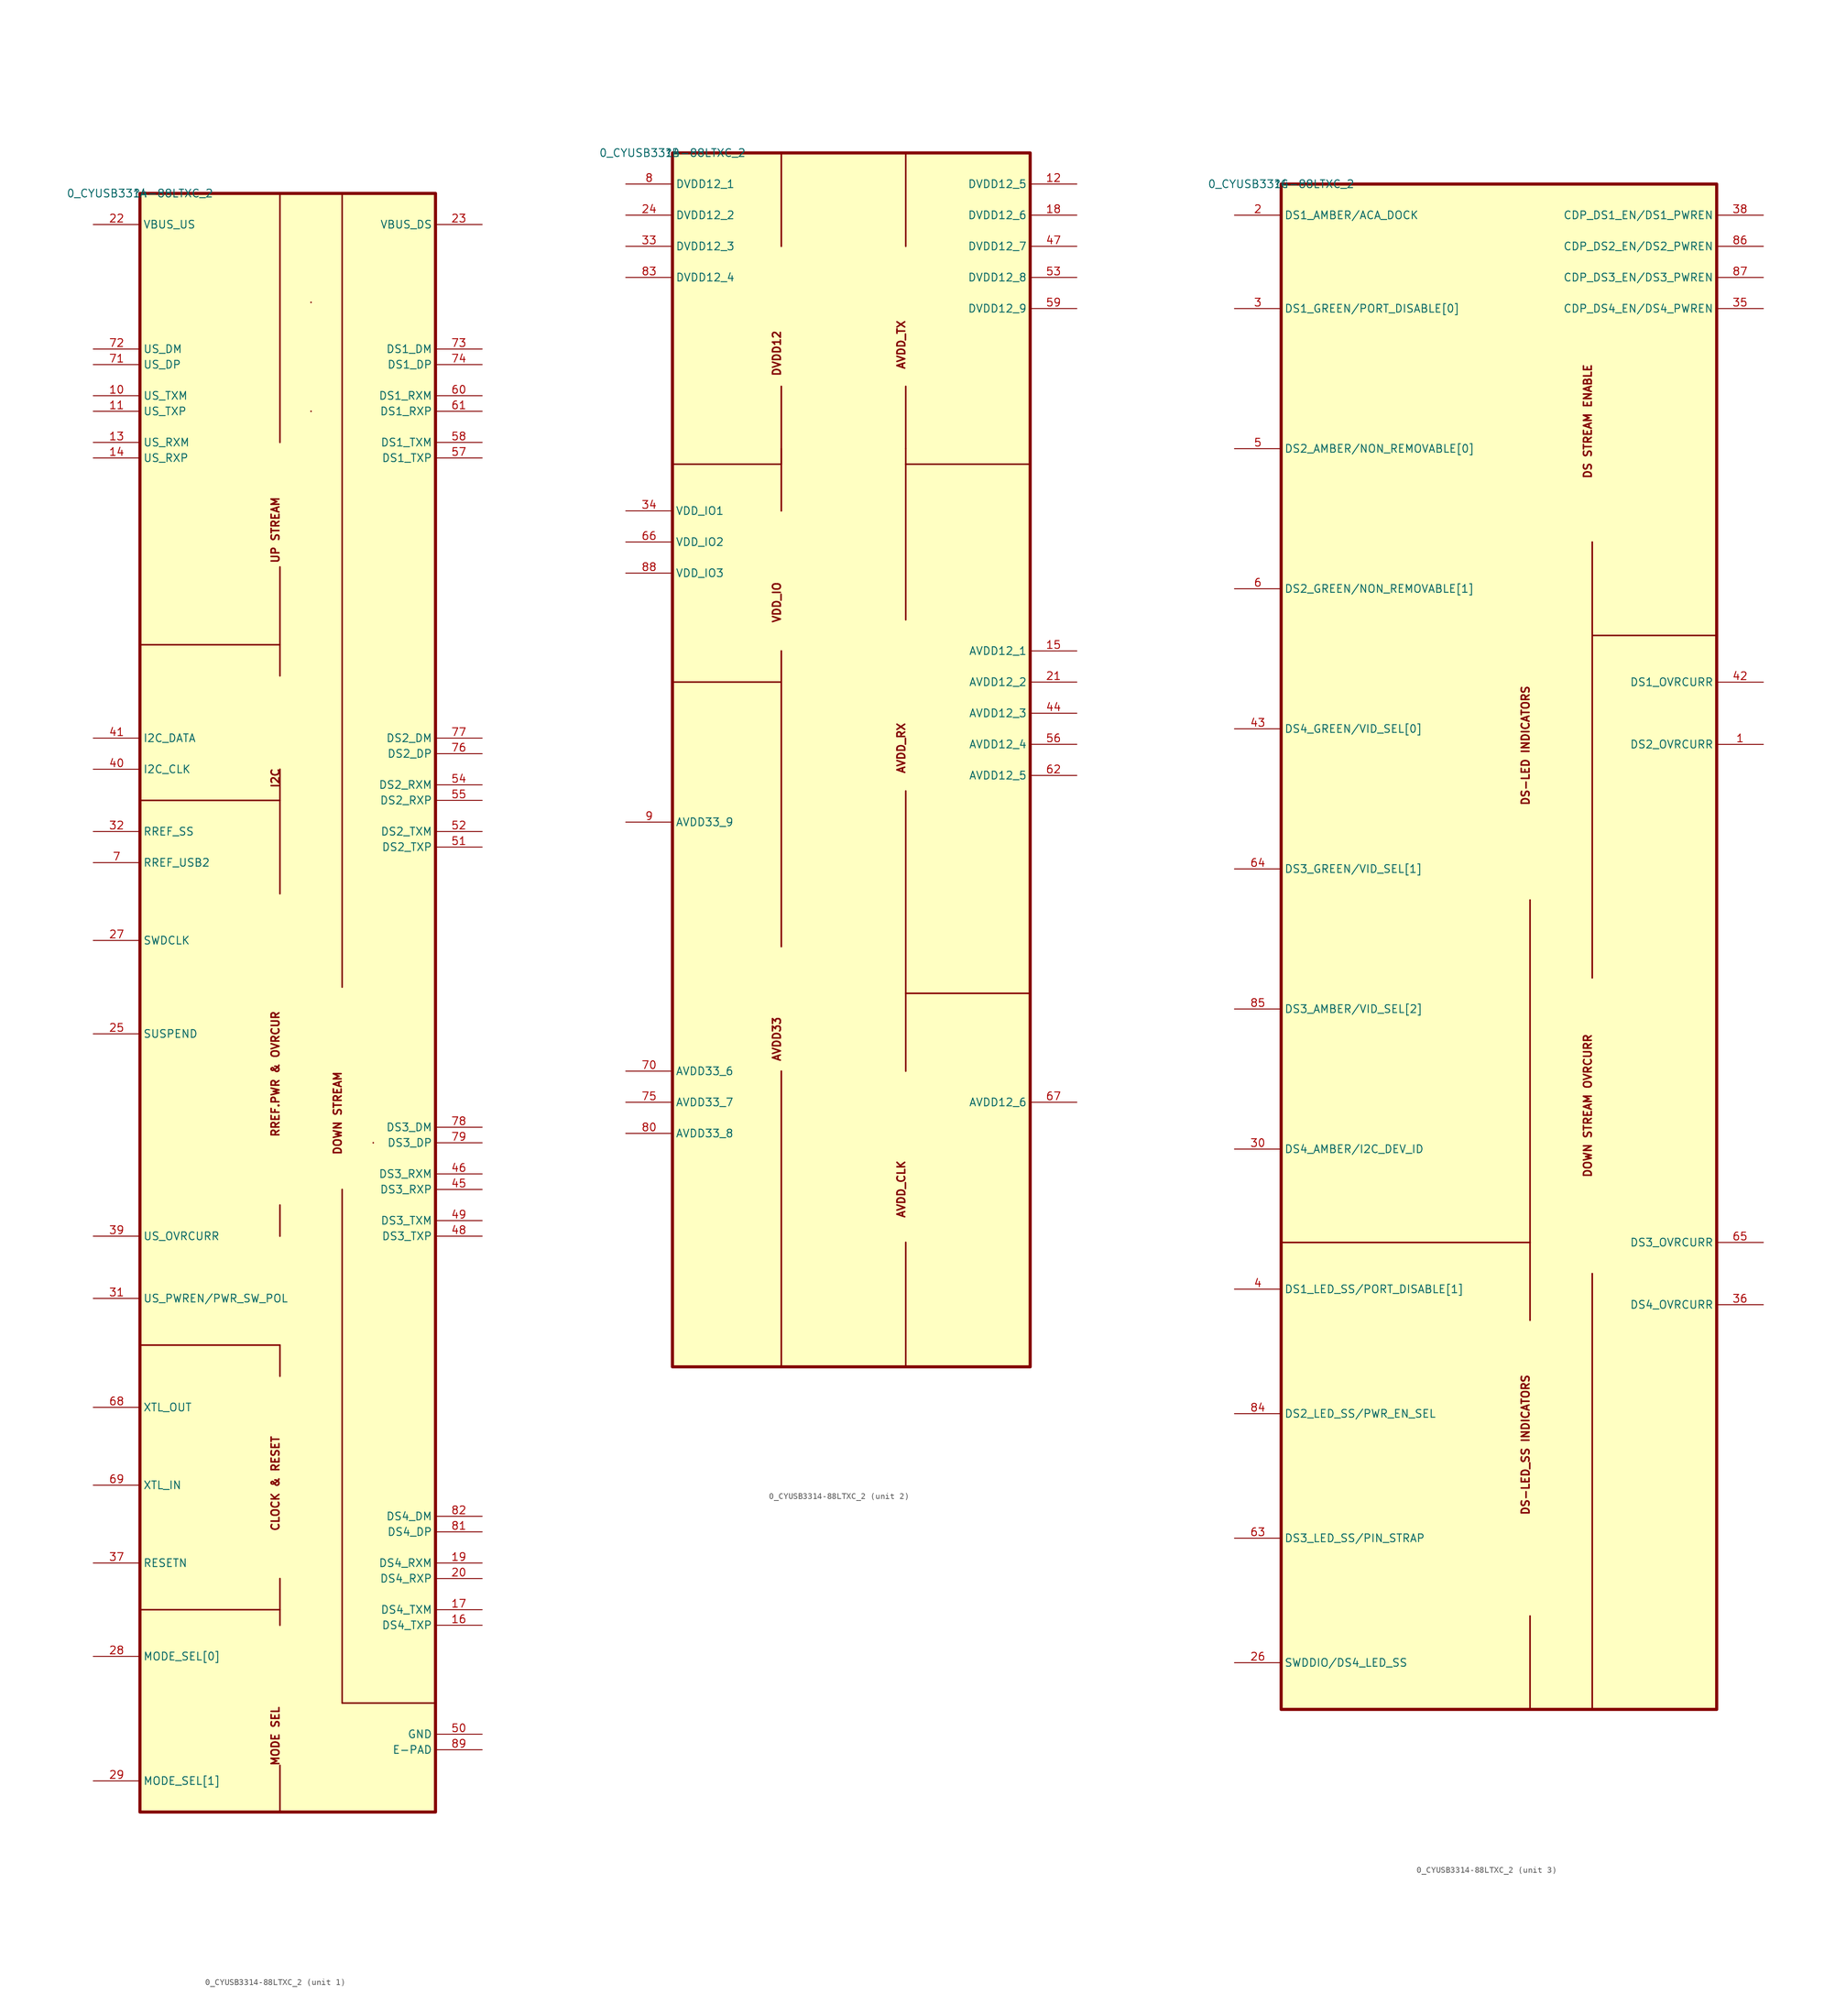
<source format=kicad_sym>
(kicad_symbol_lib
  (version 20211014)
  (generator kicad_symbol_editor)
  (symbol "0_CYUSB3314-88LTXC_2"
    (property "Reference" ""
      (at 0 0 0)
      (effects (font (size 1.27 1.27))))
    (property "Value" "0_CYUSB3314-88LTXC_2"
      (at 0 0 0)
      (effects (font (size 1.27 1.27))))
    (symbol "0_CYUSB3314-88LTXC_2_1_0"
      (polyline (pts (xy 0 -231.14) (xy 22.86 -231.14)) (stroke (width 0.254) (type default) (color 0 0 0 0)) (fill (type none)))
      (polyline (pts (xy 0 -187.96) (xy 22.86 -187.96)) (stroke (width 0.254) (type default) (color 0 0 0 0)) (fill (type none)))
      (polyline (pts (xy 0 -99.06) (xy 22.86 -99.06)) (stroke (width 0.254) (type default) (color 0 0 0 0)) (fill (type none)))
      (polyline (pts (xy 22.86 -256.54) (xy 22.86 -264.16)) (stroke (width 0.254) (type default) (color 0 0 0 0)) (fill (type none)))
      (polyline (pts (xy 22.86 -231.14) (xy 22.86 -233.68)) (stroke (width 0.254) (type default) (color 0 0 0 0)) (fill (type none)))
      (polyline (pts (xy 22.86 -226.06) (xy 22.86 -231.14)) (stroke (width 0.254) (type default) (color 0 0 0 0)) (fill (type none)))
      (polyline (pts (xy 22.86 -187.96) (xy 22.86 -193.04)) (stroke (width 0.254) (type default) (color 0 0 0 0)) (fill (type none)))
      (polyline (pts (xy 22.86 -165.1) (xy 22.86 -170.18)) (stroke (width 0.254) (type default) (color 0 0 0 0)) (fill (type none)))
      (polyline (pts (xy 22.86 -99.06) (xy 22.86 -114.3)) (stroke (width 0.254) (type default) (color 0 0 0 0)) (fill (type none)))
      (polyline (pts (xy 22.86 -99.06) (xy 22.86 -93.98)) (stroke (width 0.254) (type default) (color 0 0 0 0)) (fill (type none)))
      (polyline (pts (xy 22.86 -73.66) (xy 0 -73.66)) (stroke (width 0.254) (type default) (color 0 0 0 0)) (fill (type none)))
      (polyline (pts (xy 22.86 -60.96) (xy 22.86 -78.74)) (stroke (width 0.254) (type default) (color 0 0 0 0)) (fill (type none)))
      (polyline (pts (xy 22.86 0) (xy 22.86 -40.64)) (stroke (width 0.254) (type default) (color 0 0 0 0)) (fill (type none)))
      (polyline (pts (xy 27.94 -35.56) (xy 27.94 -35.56)) (stroke (width 0.254) (type default) (color 0 0 0 0)) (fill (type none)))
      (polyline (pts (xy 27.94 -17.78) (xy 27.94 -17.78)) (stroke (width 0.254) (type default) (color 0 0 0 0)) (fill (type none)))
      (polyline (pts (xy 33.02 -246.38) (xy 48.26 -246.38)) (stroke (width 0.254) (type default) (color 0 0 0 0)) (fill (type none)))
      (polyline (pts (xy 33.02 -162.56) (xy 33.02 -246.38)) (stroke (width 0.254) (type default) (color 0 0 0 0)) (fill (type none)))
      (polyline (pts (xy 33.02 0) (xy 33.02 -129.54)) (stroke (width 0.254) (type default) (color 0 0 0 0)) (fill (type none)))
      (polyline (pts (xy 38.1 -154.94) (xy 38.1 -154.94)) (stroke (width 0.254) (type default) (color 0 0 0 0)) (fill (type none)))
      (rectangle (start 48.26 0) (end 0 -264.16) (stroke (width 0.508) (type default) (color 0 0 0 0)) (fill (type background)))
      (text "CLOCK & RESET" (at 22.86 -218.421 900) (effects (font (size 1.27 1.27) bold) (justify left bottom)))
      (text "DOWN STREAM" (at 33.02 -157.011 900) (effects (font (size 1.27 1.27) bold) (justify left bottom)))
      (text "I2C" (at 22.86 -97.126 900) (effects (font (size 1.27 1.27) bold) (justify left bottom)))
      (text "MODE SEL" (at 22.86 -256.716 900) (effects (font (size 1.27 1.27) bold) (justify left bottom)))
      (text "RREF.PWR & OVRCUR" (at 22.86 -154.1 900) (effects (font (size 1.27 1.27) bold) (justify left bottom)))
      (text "UP STREAM" (at 22.86 -60.452 900) (effects (font (size 1.27 1.27) bold) (justify left bottom)))
      (pin passive line (at -7.62 -33.02 0) (length 7.62) (name "US_TXM" (effects (font (size 1.27 1.27)))) (number "10" (effects (font (size 1.27 1.27)))))
      (pin passive line (at -7.62 -35.56 0) (length 7.62) (name "US_TXP" (effects (font (size 1.27 1.27)))) (number "11" (effects (font (size 1.27 1.27)))))
      (pin passive line (at -7.62 -40.64 0) (length 7.62) (name "US_RXM" (effects (font (size 1.27 1.27)))) (number "13" (effects (font (size 1.27 1.27)))))
      (pin passive line (at -7.62 -43.18 0) (length 7.62) (name "US_RXP" (effects (font (size 1.27 1.27)))) (number "14" (effects (font (size 1.27 1.27)))))
      (pin passive line (at 55.88 -233.68 180) (length 7.62) (name "DS4_TXP" (effects (font (size 1.27 1.27)))) (number "16" (effects (font (size 1.27 1.27)))))
      (pin passive line (at 55.88 -231.14 180) (length 7.62) (name "DS4_TXM" (effects (font (size 1.27 1.27)))) (number "17" (effects (font (size 1.27 1.27)))))
      (pin passive line (at 55.88 -223.52 180) (length 7.62) (name "DS4_RXM" (effects (font (size 1.27 1.27)))) (number "19" (effects (font (size 1.27 1.27)))))
      (pin passive line (at 55.88 -226.06 180) (length 7.62) (name "DS4_RXP" (effects (font (size 1.27 1.27)))) (number "20" (effects (font (size 1.27 1.27)))))
      (pin passive line (at -7.62 -5.08 0) (length 7.62) (name "VBUS_US" (effects (font (size 1.27 1.27)))) (number "22" (effects (font (size 1.27 1.27)))))
      (pin passive line (at 55.88 -5.08 180) (length 7.62) (name "VBUS_DS" (effects (font (size 1.27 1.27)))) (number "23" (effects (font (size 1.27 1.27)))))
      (pin passive line (at -7.62 -137.16 0) (length 7.62) (name "SUSPEND" (effects (font (size 1.27 1.27)))) (number "25" (effects (font (size 1.27 1.27)))))
      (pin passive line (at -7.62 -121.92 0) (length 7.62) (name "SWDCLK" (effects (font (size 1.27 1.27)))) (number "27" (effects (font (size 1.27 1.27)))))
      (pin passive line (at -7.62 -238.76 0) (length 7.62) (name "MODE_SEL[0]" (effects (font (size 1.27 1.27)))) (number "28" (effects (font (size 1.27 1.27)))))
      (pin passive line (at -7.62 -259.08 0) (length 7.62) (name "MODE_SEL[1]" (effects (font (size 1.27 1.27)))) (number "29" (effects (font (size 1.27 1.27)))))
      (pin passive line (at -7.62 -180.34 0) (length 7.62) (name "US_PWREN/PWR_SW_POL" (effects (font (size 1.27 1.27)))) (number "31" (effects (font (size 1.27 1.27)))))
      (pin passive line (at -7.62 -104.14 0) (length 7.62) (name "RREF_SS" (effects (font (size 1.27 1.27)))) (number "32" (effects (font (size 1.27 1.27)))))
      (pin passive line (at -7.62 -223.52 0) (length 7.62) (name "RESETN" (effects (font (size 1.27 1.27)))) (number "37" (effects (font (size 1.27 1.27)))))
      (pin passive line (at -7.62 -170.18 0) (length 7.62) (name "US_OVRCURR" (effects (font (size 1.27 1.27)))) (number "39" (effects (font (size 1.27 1.27)))))
      (pin passive line (at -7.62 -93.98 0) (length 7.62) (name "I2C_CLK" (effects (font (size 1.27 1.27)))) (number "40" (effects (font (size 1.27 1.27)))))
      (pin passive line (at -7.62 -88.9 0) (length 7.62) (name "I2C_DATA" (effects (font (size 1.27 1.27)))) (number "41" (effects (font (size 1.27 1.27)))))
      (pin passive line (at 55.88 -162.56 180) (length 7.62) (name "DS3_RXP" (effects (font (size 1.27 1.27)))) (number "45" (effects (font (size 1.27 1.27)))))
      (pin passive line (at 55.88 -160.02 180) (length 7.62) (name "DS3_RXM" (effects (font (size 1.27 1.27)))) (number "46" (effects (font (size 1.27 1.27)))))
      (pin passive line (at 55.88 -170.18 180) (length 7.62) (name "DS3_TXP" (effects (font (size 1.27 1.27)))) (number "48" (effects (font (size 1.27 1.27)))))
      (pin passive line (at 55.88 -167.64 180) (length 7.62) (name "DS3_TXM" (effects (font (size 1.27 1.27)))) (number "49" (effects (font (size 1.27 1.27)))))
      (pin passive line (at 55.88 -251.46 180) (length 7.62) (name "GND" (effects (font (size 1.27 1.27)))) (number "50" (effects (font (size 1.27 1.27)))))
      (pin passive line (at 55.88 -106.68 180) (length 7.62) (name "DS2_TXP" (effects (font (size 1.27 1.27)))) (number "51" (effects (font (size 1.27 1.27)))))
      (pin passive line (at 55.88 -104.14 180) (length 7.62) (name "DS2_TXM" (effects (font (size 1.27 1.27)))) (number "52" (effects (font (size 1.27 1.27)))))
      (pin passive line (at 55.88 -96.52 180) (length 7.62) (name "DS2_RXM" (effects (font (size 1.27 1.27)))) (number "54" (effects (font (size 1.27 1.27)))))
      (pin passive line (at 55.88 -99.06 180) (length 7.62) (name "DS2_RXP" (effects (font (size 1.27 1.27)))) (number "55" (effects (font (size 1.27 1.27)))))
      (pin passive line (at 55.88 -43.18 180) (length 7.62) (name "DS1_TXP" (effects (font (size 1.27 1.27)))) (number "57" (effects (font (size 1.27 1.27)))))
      (pin passive line (at 55.88 -40.64 180) (length 7.62) (name "DS1_TXM" (effects (font (size 1.27 1.27)))) (number "58" (effects (font (size 1.27 1.27)))))
      (pin passive line (at 55.88 -33.02 180) (length 7.62) (name "DS1_RXM" (effects (font (size 1.27 1.27)))) (number "60" (effects (font (size 1.27 1.27)))))
      (pin passive line (at 55.88 -35.56 180) (length 7.62) (name "DS1_RXP" (effects (font (size 1.27 1.27)))) (number "61" (effects (font (size 1.27 1.27)))))
      (pin passive line (at -7.62 -198.12 0) (length 7.62) (name "XTL_OUT" (effects (font (size 1.27 1.27)))) (number "68" (effects (font (size 1.27 1.27)))))
      (pin passive line (at -7.62 -210.82 0) (length 7.62) (name "XTL_IN" (effects (font (size 1.27 1.27)))) (number "69" (effects (font (size 1.27 1.27)))))
      (pin passive line (at -7.62 -109.22 0) (length 7.62) (name "RREF_USB2" (effects (font (size 1.27 1.27)))) (number "7" (effects (font (size 1.27 1.27)))))
      (pin passive line (at -7.62 -27.94 0) (length 7.62) (name "US_DP" (effects (font (size 1.27 1.27)))) (number "71" (effects (font (size 1.27 1.27)))))
      (pin passive line (at -7.62 -25.4 0) (length 7.62) (name "US_DM" (effects (font (size 1.27 1.27)))) (number "72" (effects (font (size 1.27 1.27)))))
      (pin passive line (at 55.88 -25.4 180) (length 7.62) (name "DS1_DM" (effects (font (size 1.27 1.27)))) (number "73" (effects (font (size 1.27 1.27)))))
      (pin passive line (at 55.88 -27.94 180) (length 7.62) (name "DS1_DP" (effects (font (size 1.27 1.27)))) (number "74" (effects (font (size 1.27 1.27)))))
      (pin passive line (at 55.88 -91.44 180) (length 7.62) (name "DS2_DP" (effects (font (size 1.27 1.27)))) (number "76" (effects (font (size 1.27 1.27)))))
      (pin passive line (at 55.88 -88.9 180) (length 7.62) (name "DS2_DM" (effects (font (size 1.27 1.27)))) (number "77" (effects (font (size 1.27 1.27)))))
      (pin passive line (at 55.88 -152.4 180) (length 7.62) (name "DS3_DM" (effects (font (size 1.27 1.27)))) (number "78" (effects (font (size 1.27 1.27)))))
      (pin passive line (at 55.88 -154.94 180) (length 7.62) (name "DS3_DP" (effects (font (size 1.27 1.27)))) (number "79" (effects (font (size 1.27 1.27)))))
      (pin passive line (at 55.88 -218.44 180) (length 7.62) (name "DS4_DP" (effects (font (size 1.27 1.27)))) (number "81" (effects (font (size 1.27 1.27)))))
      (pin passive line (at 55.88 -215.9 180) (length 7.62) (name "DS4_DM" (effects (font (size 1.27 1.27)))) (number "82" (effects (font (size 1.27 1.27)))))
      (pin passive line (at 55.88 -254 180) (length 7.62) (name "E-PAD" (effects (font (size 1.27 1.27)))) (number "89" (effects (font (size 1.27 1.27))))))
    (symbol "0_CYUSB3314-88LTXC_2_2_0"
      (polyline (pts (xy 17.78 -149.86) (xy 17.78 -198.12)) (stroke (width 0.254) (type default) (color 0 0 0 0)) (fill (type none)))
      (polyline (pts (xy 17.78 -129.54) (xy 17.78 -81.28)) (stroke (width 0.254) (type default) (color 0 0 0 0)) (fill (type none)))
      (polyline (pts (xy 17.78 -86.36) (xy 0 -86.36)) (stroke (width 0.254) (type default) (color 0 0 0 0)) (fill (type none)))
      (polyline (pts (xy 17.78 -50.8) (xy 0 -50.8)) (stroke (width 0.254) (type default) (color 0 0 0 0)) (fill (type none)))
      (polyline (pts (xy 17.78 -48.26) (xy 17.78 -58.42)) (stroke (width 0.254) (type default) (color 0 0 0 0)) (fill (type none)))
      (polyline (pts (xy 17.78 -38.1) (xy 17.78 -50.8)) (stroke (width 0.254) (type default) (color 0 0 0 0)) (fill (type none)))
      (polyline (pts (xy 17.78 0) (xy 17.78 -15.24)) (stroke (width 0.254) (type default) (color 0 0 0 0)) (fill (type none)))
      (polyline (pts (xy 38.1 -177.8) (xy 38.1 -198.12)) (stroke (width 0.254) (type default) (color 0 0 0 0)) (fill (type none)))
      (polyline (pts (xy 38.1 -137.16) (xy 58.42 -137.16)) (stroke (width 0.254) (type default) (color 0 0 0 0)) (fill (type none)))
      (polyline (pts (xy 38.1 -104.14) (xy 38.1 -149.86)) (stroke (width 0.254) (type default) (color 0 0 0 0)) (fill (type none)))
      (polyline (pts (xy 38.1 -50.8) (xy 38.1 -76.2)) (stroke (width 0.254) (type default) (color 0 0 0 0)) (fill (type none)))
      (polyline (pts (xy 38.1 -50.8) (xy 58.42 -50.8)) (stroke (width 0.254) (type default) (color 0 0 0 0)) (fill (type none)))
      (polyline (pts (xy 38.1 -48.26) (xy 38.1 -50.8)) (stroke (width 0.254) (type default) (color 0 0 0 0)) (fill (type none)))
      (polyline (pts (xy 38.1 -38.1) (xy 38.1 -48.26)) (stroke (width 0.254) (type default) (color 0 0 0 0)) (fill (type none)))
      (polyline (pts (xy 38.1 0) (xy 38.1 -15.24)) (stroke (width 0.254) (type default) (color 0 0 0 0)) (fill (type none)))
      (rectangle (start 58.42 0) (end 0 -198.12) (stroke (width 0.508) (type default) (color 0 0 0 0)) (fill (type background)))
      (text "AVDD33" (at 17.78 -148.356 900) (effects (font (size 1.27 1.27) bold) (justify left bottom)))
      (text "AVDD_CLK" (at 38.1 -173.912 900) (effects (font (size 1.27 1.27) bold) (justify left bottom)))
      (text "AVDD_RX" (at 38.1 -101.385 900) (effects (font (size 1.27 1.27) bold) (justify left bottom)))
      (text "AVDD_TX" (at 38.1 -35.404 900) (effects (font (size 1.27 1.27) bold) (justify left bottom)))
      (text "DVDD12" (at 17.78 -36.537 900) (effects (font (size 1.27 1.27) bold) (justify left bottom)))
      (text "VDD_IO" (at 17.78 -76.786 900) (effects (font (size 1.27 1.27) bold) (justify left bottom)))
      (pin passive line (at 66.04 -5.08 180) (length 7.62) (name "DVDD12_5" (effects (font (size 1.27 1.27)))) (number "12" (effects (font (size 1.27 1.27)))))
      (pin passive line (at 66.04 -81.28 180) (length 7.62) (name "AVDD12_1" (effects (font (size 1.27 1.27)))) (number "15" (effects (font (size 1.27 1.27)))))
      (pin passive line (at 66.04 -10.16 180) (length 7.62) (name "DVDD12_6" (effects (font (size 1.27 1.27)))) (number "18" (effects (font (size 1.27 1.27)))))
      (pin passive line (at 66.04 -86.36 180) (length 7.62) (name "AVDD12_2" (effects (font (size 1.27 1.27)))) (number "21" (effects (font (size 1.27 1.27)))))
      (pin passive line (at -7.62 -10.16 0) (length 7.62) (name "DVDD12_2" (effects (font (size 1.27 1.27)))) (number "24" (effects (font (size 1.27 1.27)))))
      (pin passive line (at -7.62 -15.24 0) (length 7.62) (name "DVDD12_3" (effects (font (size 1.27 1.27)))) (number "33" (effects (font (size 1.27 1.27)))))
      (pin passive line (at -7.62 -58.42 0) (length 7.62) (name "VDD_IO1" (effects (font (size 1.27 1.27)))) (number "34" (effects (font (size 1.27 1.27)))))
      (pin passive line (at 66.04 -91.44 180) (length 7.62) (name "AVDD12_3" (effects (font (size 1.27 1.27)))) (number "44" (effects (font (size 1.27 1.27)))))
      (pin passive line (at 66.04 -15.24 180) (length 7.62) (name "DVDD12_7" (effects (font (size 1.27 1.27)))) (number "47" (effects (font (size 1.27 1.27)))))
      (pin passive line (at 66.04 -20.32 180) (length 7.62) (name "DVDD12_8" (effects (font (size 1.27 1.27)))) (number "53" (effects (font (size 1.27 1.27)))))
      (pin passive line (at 66.04 -96.52 180) (length 7.62) (name "AVDD12_4" (effects (font (size 1.27 1.27)))) (number "56" (effects (font (size 1.27 1.27)))))
      (pin passive line (at 66.04 -25.4 180) (length 7.62) (name "DVDD12_9" (effects (font (size 1.27 1.27)))) (number "59" (effects (font (size 1.27 1.27)))))
      (pin passive line (at 66.04 -101.6 180) (length 7.62) (name "AVDD12_5" (effects (font (size 1.27 1.27)))) (number "62" (effects (font (size 1.27 1.27)))))
      (pin passive line (at -7.62 -63.5 0) (length 7.62) (name "VDD_IO2" (effects (font (size 1.27 1.27)))) (number "66" (effects (font (size 1.27 1.27)))))
      (pin passive line (at 66.04 -154.94 180) (length 7.62) (name "AVDD12_6" (effects (font (size 1.27 1.27)))) (number "67" (effects (font (size 1.27 1.27)))))
      (pin passive line (at -7.62 -149.86 0) (length 7.62) (name "AVDD33_6" (effects (font (size 1.27 1.27)))) (number "70" (effects (font (size 1.27 1.27)))))
      (pin passive line (at -7.62 -154.94 0) (length 7.62) (name "AVDD33_7" (effects (font (size 1.27 1.27)))) (number "75" (effects (font (size 1.27 1.27)))))
      (pin passive line (at -7.62 -5.08 0) (length 7.62) (name "DVDD12_1" (effects (font (size 1.27 1.27)))) (number "8" (effects (font (size 1.27 1.27)))))
      (pin passive line (at -7.62 -160.02 0) (length 7.62) (name "AVDD33_8" (effects (font (size 1.27 1.27)))) (number "80" (effects (font (size 1.27 1.27)))))
      (pin passive line (at -7.62 -20.32 0) (length 7.62) (name "DVDD12_4" (effects (font (size 1.27 1.27)))) (number "83" (effects (font (size 1.27 1.27)))))
      (pin passive line (at -7.62 -68.58 0) (length 7.62) (name "VDD_IO3" (effects (font (size 1.27 1.27)))) (number "88" (effects (font (size 1.27 1.27)))))
      (pin passive line (at -7.62 -109.22 0) (length 7.62) (name "AVDD33_9" (effects (font (size 1.27 1.27)))) (number "9" (effects (font (size 1.27 1.27))))))
    (symbol "0_CYUSB3314-88LTXC_2_3_0"
      (polyline (pts (xy 40.64 -233.68) (xy 40.64 -248.92)) (stroke (width 0.254) (type default) (color 0 0 0 0)) (fill (type none)))
      (polyline (pts (xy 40.64 -172.72) (xy 0 -172.72)) (stroke (width 0.254) (type default) (color 0 0 0 0)) (fill (type none)))
      (polyline (pts (xy 40.64 -172.72) (xy 40.64 -185.42)) (stroke (width 0.254) (type default) (color 0 0 0 0)) (fill (type none)))
      (polyline (pts (xy 40.64 -116.84) (xy 40.64 -172.72)) (stroke (width 0.254) (type default) (color 0 0 0 0)) (fill (type none)))
      (polyline (pts (xy 50.8 -177.8) (xy 50.8 -248.92)) (stroke (width 0.254) (type default) (color 0 0 0 0)) (fill (type none)))
      (polyline (pts (xy 50.8 -73.66) (xy 50.8 -129.54)) (stroke (width 0.254) (type default) (color 0 0 0 0)) (fill (type none)))
      (polyline (pts (xy 50.8 -73.66) (xy 71.12 -73.66)) (stroke (width 0.254) (type default) (color 0 0 0 0)) (fill (type none)))
      (polyline (pts (xy 50.8 -58.42) (xy 50.8 -73.66)) (stroke (width 0.254) (type default) (color 0 0 0 0)) (fill (type none)))
      (rectangle (start 71.12 0) (end 0 -248.92) (stroke (width 0.508) (type default) (color 0 0 0 0)) (fill (type background)))
      (text "DOWN STREAM OVRCURR" (at 50.8 -162.208 900) (effects (font (size 1.27 1.27) bold) (justify left bottom)))
      (text "DS STREAM ENABLE" (at 50.8 -48.162 900) (effects (font (size 1.27 1.27) bold) (justify left bottom)))
      (text "DS-LED INDICATORS" (at 40.64 -101.502 900) (effects (font (size 1.27 1.27) bold) (justify left bottom)))
      (text "DS-LED_SS INDICATORS" (at 40.64 -217.307 900) (effects (font (size 1.27 1.27) bold) (justify left bottom)))
      (pin passive line (at 78.74 -91.44 180) (length 7.62) (name "DS2_OVRCURR" (effects (font (size 1.27 1.27)))) (number "1" (effects (font (size 1.27 1.27)))))
      (pin passive line (at -7.62 -5.08 0) (length 7.62) (name "DS1_AMBER/ACA_DOCK" (effects (font (size 1.27 1.27)))) (number "2" (effects (font (size 1.27 1.27)))))
      (pin passive line (at -7.62 -241.3 0) (length 7.62) (name "SWDDIO/DS4_LED_SS" (effects (font (size 1.27 1.27)))) (number "26" (effects (font (size 1.27 1.27)))))
      (pin passive line (at -7.62 -20.32 0) (length 7.62) (name "DS1_GREEN/PORT_DISABLE[0]" (effects (font (size 1.27 1.27)))) (number "3" (effects (font (size 1.27 1.27)))))
      (pin passive line (at -7.62 -157.48 0) (length 7.62) (name "DS4_AMBER/I2C_DEV_ID" (effects (font (size 1.27 1.27)))) (number "30" (effects (font (size 1.27 1.27)))))
      (pin passive line (at 78.74 -20.32 180) (length 7.62) (name "CDP_DS4_EN/DS4_PWREN" (effects (font (size 1.27 1.27)))) (number "35" (effects (font (size 1.27 1.27)))))
      (pin passive line (at 78.74 -182.88 180) (length 7.62) (name "DS4_OVRCURR" (effects (font (size 1.27 1.27)))) (number "36" (effects (font (size 1.27 1.27)))))
      (pin passive line (at 78.74 -5.08 180) (length 7.62) (name "CDP_DS1_EN/DS1_PWREN" (effects (font (size 1.27 1.27)))) (number "38" (effects (font (size 1.27 1.27)))))
      (pin passive line (at -7.62 -180.34 0) (length 7.62) (name "DS1_LED_SS/PORT_DISABLE[1]" (effects (font (size 1.27 1.27)))) (number "4" (effects (font (size 1.27 1.27)))))
      (pin passive line (at 78.74 -81.28 180) (length 7.62) (name "DS1_OVRCURR" (effects (font (size 1.27 1.27)))) (number "42" (effects (font (size 1.27 1.27)))))
      (pin passive line (at -7.62 -88.9 0) (length 7.62) (name "DS4_GREEN/VID_SEL[0]" (effects (font (size 1.27 1.27)))) (number "43" (effects (font (size 1.27 1.27)))))
      (pin passive line (at -7.62 -43.18 0) (length 7.62) (name "DS2_AMBER/NON_REMOVABLE[0]" (effects (font (size 1.27 1.27)))) (number "5" (effects (font (size 1.27 1.27)))))
      (pin passive line (at -7.62 -66.04 0) (length 7.62) (name "DS2_GREEN/NON_REMOVABLE[1]" (effects (font (size 1.27 1.27)))) (number "6" (effects (font (size 1.27 1.27)))))
      (pin passive line (at -7.62 -220.98 0) (length 7.62) (name "DS3_LED_SS/PIN_STRAP" (effects (font (size 1.27 1.27)))) (number "63" (effects (font (size 1.27 1.27)))))
      (pin passive line (at -7.62 -111.76 0) (length 7.62) (name "DS3_GREEN/VID_SEL[1]" (effects (font (size 1.27 1.27)))) (number "64" (effects (font (size 1.27 1.27)))))
      (pin passive line (at 78.74 -172.72 180) (length 7.62) (name "DS3_OVRCURR" (effects (font (size 1.27 1.27)))) (number "65" (effects (font (size 1.27 1.27)))))
      (pin passive line (at -7.62 -200.66 0) (length 7.62) (name "DS2_LED_SS/PWR_EN_SEL" (effects (font (size 1.27 1.27)))) (number "84" (effects (font (size 1.27 1.27)))))
      (pin passive line (at -7.62 -134.62 0) (length 7.62) (name "DS3_AMBER/VID_SEL[2]" (effects (font (size 1.27 1.27)))) (number "85" (effects (font (size 1.27 1.27)))))
      (pin passive line (at 78.74 -10.16 180) (length 7.62) (name "CDP_DS2_EN/DS2_PWREN" (effects (font (size 1.27 1.27)))) (number "86" (effects (font (size 1.27 1.27)))))
      (pin passive line (at 78.74 -15.24 180) (length 7.62) (name "CDP_DS3_EN/DS3_PWREN" (effects (font (size 1.27 1.27)))) (number "87" (effects (font (size 1.27 1.27))))))))
</source>
